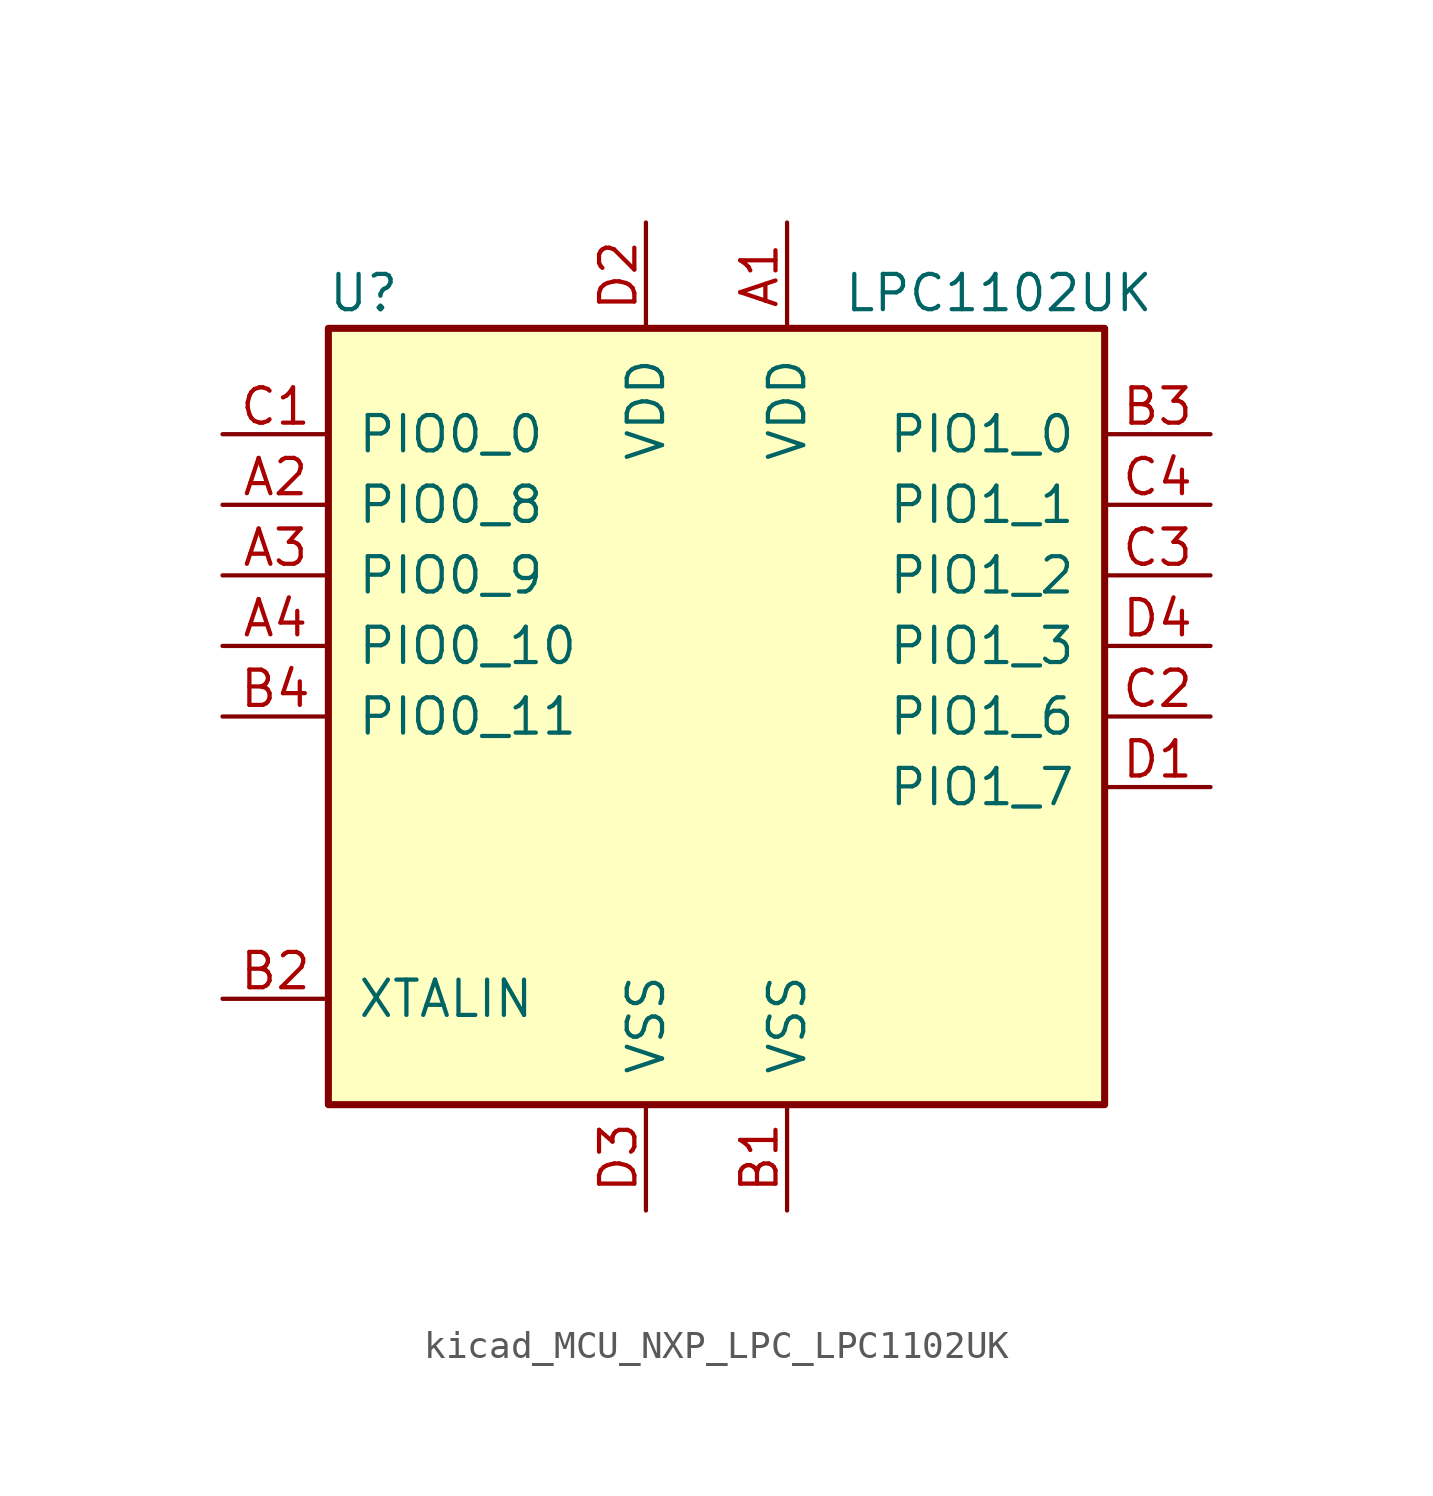
<source format=kicad_sym>
(kicad_symbol_lib
  (version 20220914)
  (generator kicad_symbol_editor)
  (symbol "kicad_MCU_NXP_LPC_LPC1102UK"
    (pin_names
      (offset 1.016))
    (property "Reference" "U"
      (at -12.7 15.24 0)
      (effects (font (size 1.27 1.27))))
    (property "Value" "LPC1102UK"
      (at 10.16 15.24 0)
      (effects (font (size 1.27 1.27))))
    (symbol "kicad_MCU_NXP_LPC_LPC1102UK_0_1"
      (rectangle (start -13.97 13.97) (end 13.97 -13.97) (stroke (width 0.254) (type default)) (fill (type background))))
    (symbol "kicad_MCU_NXP_LPC_LPC1102UK_1_1"
      (pin power_in line (at 2.54 17.78 270) (length 3.81) (name "VDD" (effects (font (size 1.27 1.27)))) (number "A1" (effects (font (size 1.27 1.27)))))
      (pin bidirectional line (at -17.78 7.62 0) (length 3.81) (name "PIO0_8" (effects (font (size 1.27 1.27)))) (number "A2" (effects (font (size 1.27 1.27)))))
      (pin bidirectional line (at -17.78 5.08 0) (length 3.81) (name "PIO0_9" (effects (font (size 1.27 1.27)))) (number "A3" (effects (font (size 1.27 1.27)))))
      (pin bidirectional line (at -17.78 2.54 0) (length 3.81) (name "PIO0_10" (effects (font (size 1.27 1.27)))) (number "A4" (effects (font (size 1.27 1.27)))))
      (pin power_in line (at 2.54 -17.78 90) (length 3.81) (name "VSS" (effects (font (size 1.27 1.27)))) (number "B1" (effects (font (size 1.27 1.27)))))
      (pin input line (at -17.78 -10.16 0) (length 3.81) (name "XTALIN" (effects (font (size 1.27 1.27)))) (number "B2" (effects (font (size 1.27 1.27)))))
      (pin bidirectional line (at 17.78 10.16 180) (length 3.81) (name "PIO1_0" (effects (font (size 1.27 1.27)))) (number "B3" (effects (font (size 1.27 1.27)))))
      (pin bidirectional line (at -17.78 0 0) (length 3.81) (name "PIO0_11" (effects (font (size 1.27 1.27)))) (number "B4" (effects (font (size 1.27 1.27)))))
      (pin bidirectional line (at -17.78 10.16 0) (length 3.81) (name "PIO0_0" (effects (font (size 1.27 1.27)))) (number "C1" (effects (font (size 1.27 1.27)))))
      (pin bidirectional line (at 17.78 0 180) (length 3.81) (name "PIO1_6" (effects (font (size 1.27 1.27)))) (number "C2" (effects (font (size 1.27 1.27)))))
      (pin bidirectional line (at 17.78 5.08 180) (length 3.81) (name "PIO1_2" (effects (font (size 1.27 1.27)))) (number "C3" (effects (font (size 1.27 1.27)))))
      (pin bidirectional line (at 17.78 7.62 180) (length 3.81) (name "PIO1_1" (effects (font (size 1.27 1.27)))) (number "C4" (effects (font (size 1.27 1.27)))))
      (pin bidirectional line (at 17.78 -2.54 180) (length 3.81) (name "PIO1_7" (effects (font (size 1.27 1.27)))) (number "D1" (effects (font (size 1.27 1.27)))))
      (pin power_in line (at -2.54 17.78 270) (length 3.81) (name "VDD" (effects (font (size 1.27 1.27)))) (number "D2" (effects (font (size 1.27 1.27)))))
      (pin power_in line (at -2.54 -17.78 90) (length 3.81) (name "VSS" (effects (font (size 1.27 1.27)))) (number "D3" (effects (font (size 1.27 1.27)))))
      (pin bidirectional line (at 17.78 2.54 180) (length 3.81) (name "PIO1_3" (effects (font (size 1.27 1.27)))) (number "D4" (effects (font (size 1.27 1.27))))))))
</source>
